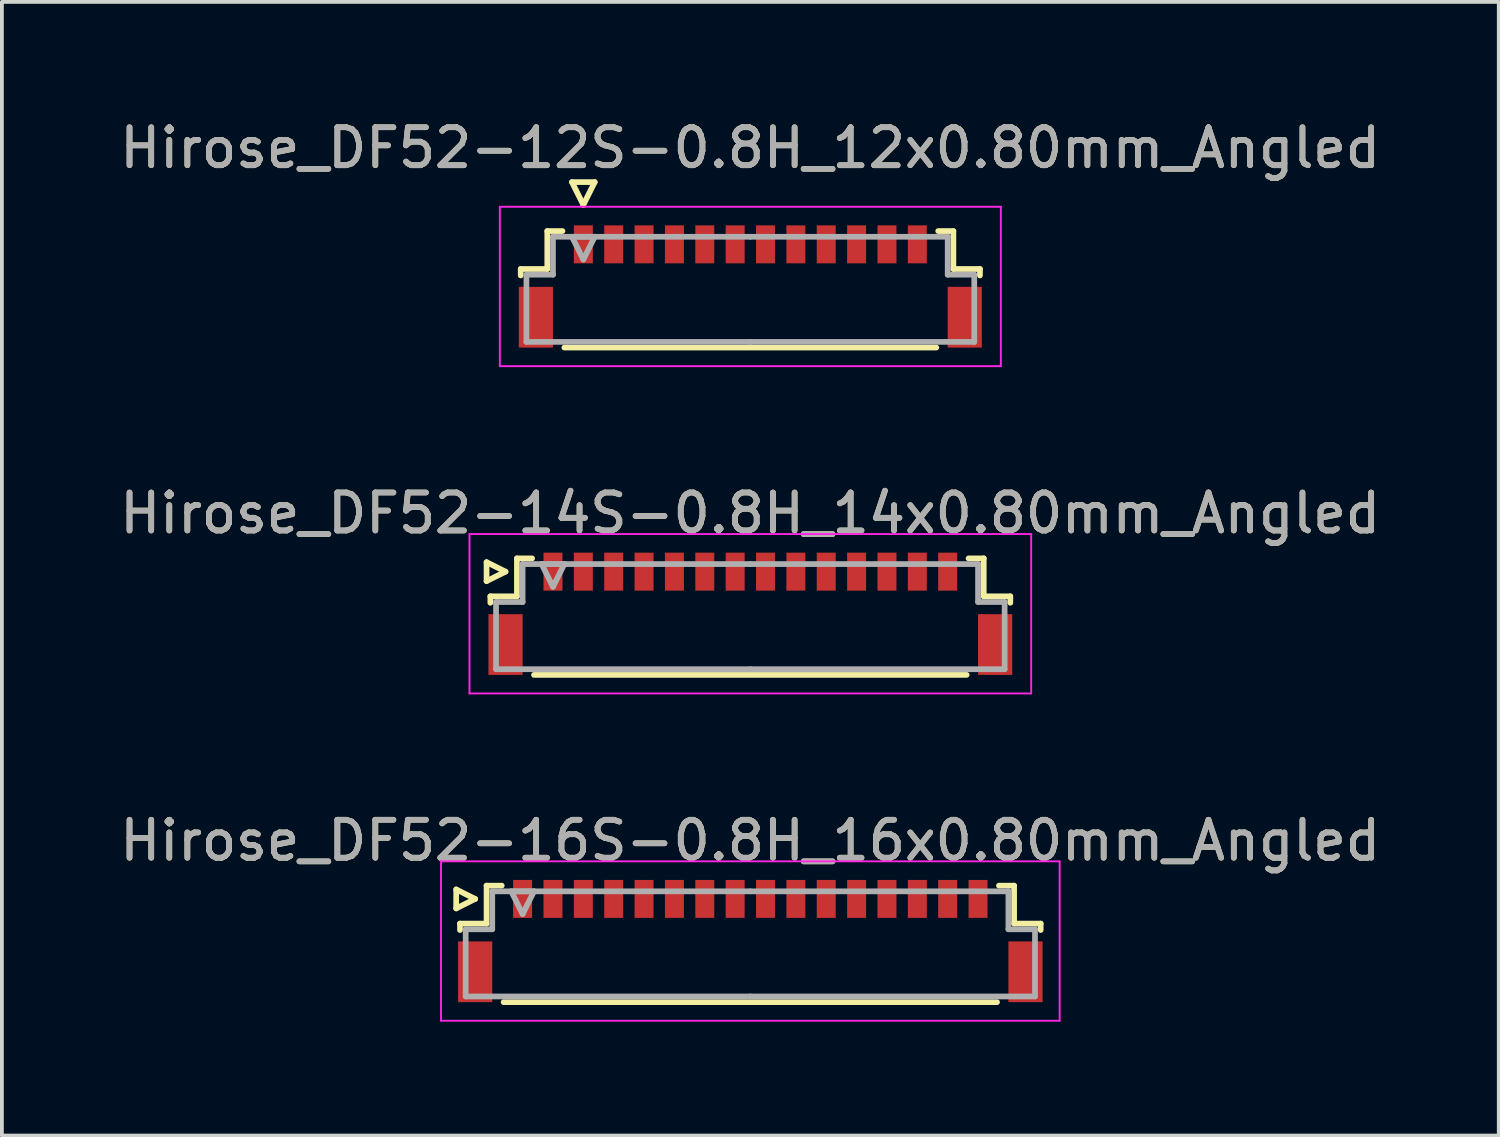
<source format=kicad_pcb>
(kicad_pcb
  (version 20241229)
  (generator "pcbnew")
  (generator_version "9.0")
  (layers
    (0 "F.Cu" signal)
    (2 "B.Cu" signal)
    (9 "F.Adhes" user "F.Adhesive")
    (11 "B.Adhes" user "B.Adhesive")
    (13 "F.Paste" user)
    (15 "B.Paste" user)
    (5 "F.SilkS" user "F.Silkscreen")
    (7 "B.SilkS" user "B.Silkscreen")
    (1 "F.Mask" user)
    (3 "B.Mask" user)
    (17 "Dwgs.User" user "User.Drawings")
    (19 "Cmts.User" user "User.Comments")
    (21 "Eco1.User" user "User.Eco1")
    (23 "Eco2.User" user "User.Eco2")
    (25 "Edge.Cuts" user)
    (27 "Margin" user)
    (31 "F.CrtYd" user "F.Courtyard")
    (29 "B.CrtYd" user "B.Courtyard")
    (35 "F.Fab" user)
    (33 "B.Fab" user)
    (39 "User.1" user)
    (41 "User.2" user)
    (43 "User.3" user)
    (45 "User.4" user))
  (footprint "Hirose_DF52-16S-0.8H_16x0.80mm_Angled"
    (layer "F.Cu")
    (at 16.72 21.595)
    (property "Reference" "Hirose_DF52-16S-0.8H_16x0.80mm_Angled" (at 0 -2.5 0) (layer "F.SilkS") (effects (font (size 1 1) (thickness 0.15))))
    (attr smd)
    (fp_line (start -7.75 -1.21) (end -7.75 -0.71) (stroke (width 0.15) (type solid)) (layer "F.SilkS"))
    (fp_line (start -7.75 -0.71) (end -7.25 -0.96) (stroke (width 0.15) (type solid)) (layer "F.SilkS"))
    (fp_line (start -7.65 -0.31) (end -7.65 -0.14) (stroke (width 0.15) (type solid)) (layer "F.SilkS"))
    (fp_line (start -7.25 -0.96) (end -7.75 -1.21) (stroke (width 0.15) (type solid)) (layer "F.SilkS"))
    (fp_line (start -6.95 -1.31) (end -6.95 -0.31) (stroke (width 0.15) (type solid)) (layer "F.SilkS"))
    (fp_line (start -6.95 -0.31) (end -7.65 -0.31) (stroke (width 0.15) (type solid)) (layer "F.SilkS"))
    (fp_line (start -6.55 -1.31) (end -6.95 -1.31) (stroke (width 0.15) (type solid)) (layer "F.SilkS"))
    (fp_line (start -6.5 1.76) (end 6.5 1.76) (stroke (width 0.15) (type solid)) (layer "F.SilkS"))
    (fp_line (start 6.55 -1.31) (end 6.95 -1.31) (stroke (width 0.15) (type solid)) (layer "F.SilkS"))
    (fp_line (start 6.95 -1.31) (end 6.95 -0.31) (stroke (width 0.15) (type solid)) (layer "F.SilkS"))
    (fp_line (start 6.95 -0.31) (end 7.65 -0.31) (stroke (width 0.15) (type solid)) (layer "F.SilkS"))
    (fp_line (start 7.65 -0.31) (end 7.65 -0.14) (stroke (width 0.15) (type solid)) (layer "F.SilkS"))
    (fp_line (start -8.15 -1.95) (end -8.15 2.25) (stroke (width 0.05) (type solid)) (layer "F.CrtYd"))
    (fp_line (start -8.15 2.25) (end 8.15 2.25) (stroke (width 0.05) (type solid)) (layer "F.CrtYd"))
    (fp_line (start 8.15 -1.95) (end -8.15 -1.95) (stroke (width 0.05) (type solid)) (layer "F.CrtYd"))
    (fp_line (start 8.15 2.25) (end 8.15 -1.95) (stroke (width 0.05) (type solid)) (layer "F.CrtYd"))
    (fp_line (start -7.5 -0.16) (end -7.5 1.61) (stroke (width 0.15) (type solid)) (layer "F.Fab"))
    (fp_line (start -7.5 1.61) (end 0 1.61) (stroke (width 0.15) (type solid)) (layer "F.Fab"))
    (fp_line (start -6.8 -1.16) (end -6.8 -1.16) (stroke (width 0.15) (type solid)) (layer "F.Fab"))
    (fp_line (start -6.8 -1.16) (end -6.8 -0.16) (stroke (width 0.15) (type solid)) (layer "F.Fab"))
    (fp_line (start -6.8 -0.16) (end -7.5 -0.16) (stroke (width 0.15) (type solid)) (layer "F.Fab"))
    (fp_line (start -6.3 -1.16) (end -5.7 -1.16) (stroke (width 0.15) (type solid)) (layer "F.Fab"))
    (fp_line (start -6 -0.56) (end -6.3 -1.16) (stroke (width 0.15) (type solid)) (layer "F.Fab"))
    (fp_line (start -5.7 -1.16) (end -6 -0.56) (stroke (width 0.15) (type solid)) (layer "F.Fab"))
    (fp_line (start 0 -1.16) (end -6.8 -1.16) (stroke (width 0.15) (type solid)) (layer "F.Fab"))
    (fp_line (start 0 -1.16) (end 6.8 -1.16) (stroke (width 0.15) (type solid)) (layer "F.Fab"))
    (fp_line (start 6.8 -1.16) (end 6.8 -1.16) (stroke (width 0.15) (type solid)) (layer "F.Fab"))
    (fp_line (start 6.8 -1.16) (end 6.8 -0.16) (stroke (width 0.15) (type solid)) (layer "F.Fab"))
    (fp_line (start 6.8 -0.16) (end 7.5 -0.16) (stroke (width 0.15) (type solid)) (layer "F.Fab"))
    (fp_line (start 7.5 -0.16) (end 7.5 1.61) (stroke (width 0.15) (type solid)) (layer "F.Fab"))
    (fp_line (start 7.5 1.61) (end 0 1.61) (stroke (width 0.15) (type solid)) (layer "F.Fab"))
    (fp_text user "${REFERENCE}" (at 0 -2.5 0) (layer "F.Fab") (effects (font (size 1 1) (thickness 0.15))))
    (pad "" smd rect (at -7.25 0.96) (size 0.9 1.6) (layers "F.Cu" "F.Mask" "F.Paste"))
    (pad "" smd rect (at 7.25 0.96) (size 0.9 1.6) (layers "F.Cu" "F.Mask" "F.Paste"))
    (pad "1" smd rect (at -6 -0.96) (size 0.5 1) (layers "F.Cu" "F.Mask" "F.Paste"))
    (pad "2" smd rect (at -5.2 -0.96) (size 0.5 1) (layers "F.Cu" "F.Mask" "F.Paste"))
    (pad "3" smd rect (at -4.4 -0.96) (size 0.5 1) (layers "F.Cu" "F.Mask" "F.Paste"))
    (pad "4" smd rect (at -3.6 -0.96) (size 0.5 1) (layers "F.Cu" "F.Mask" "F.Paste"))
    (pad "5" smd rect (at -2.8 -0.96) (size 0.5 1) (layers "F.Cu" "F.Mask" "F.Paste"))
    (pad "6" smd rect (at -2 -0.96) (size 0.5 1) (layers "F.Cu" "F.Mask" "F.Paste"))
    (pad "7" smd rect (at -1.2 -0.96) (size 0.5 1) (layers "F.Cu" "F.Mask" "F.Paste"))
    (pad "8" smd rect (at -0.4 -0.96) (size 0.5 1) (layers "F.Cu" "F.Mask" "F.Paste"))
    (pad "9" smd rect (at 0.4 -0.96) (size 0.5 1) (layers "F.Cu" "F.Mask" "F.Paste"))
    (pad "10" smd rect (at 1.2 -0.96) (size 0.5 1) (layers "F.Cu" "F.Mask" "F.Paste"))
    (pad "11" smd rect (at 2 -0.96) (size 0.5 1) (layers "F.Cu" "F.Mask" "F.Paste"))
    (pad "12" smd rect (at 2.8 -0.96) (size 0.5 1) (layers "F.Cu" "F.Mask" "F.Paste"))
    (pad "13" smd rect (at 3.6 -0.96) (size 0.5 1) (layers "F.Cu" "F.Mask" "F.Paste"))
    (pad "14" smd rect (at 4.4 -0.96) (size 0.5 1) (layers "F.Cu" "F.Mask" "F.Paste"))
    (pad "15" smd rect (at 5.2 -0.96) (size 0.5 1) (layers "F.Cu" "F.Mask" "F.Paste"))
    (pad "16" smd rect (at 6 -0.96) (size 0.5 1) (layers "F.Cu" "F.Mask" "F.Paste")))
  (footprint "Hirose_DF52-14S-0.8H_14x0.80mm_Angled"
    (layer "F.Cu")
    (at 16.72 12.972)
    (property "Reference" "Hirose_DF52-14S-0.8H_14x0.80mm_Angled" (at 0 -2.5 0) (layer "F.SilkS") (effects (font (size 1 1) (thickness 0.15))))
    (attr smd)
    (fp_line (start -6.95 -1.21) (end -6.95 -0.71) (stroke (width 0.15) (type solid)) (layer "F.SilkS"))
    (fp_line (start -6.95 -0.71) (end -6.45 -0.96) (stroke (width 0.15) (type solid)) (layer "F.SilkS"))
    (fp_line (start -6.85 -0.31) (end -6.85 -0.14) (stroke (width 0.15) (type solid)) (layer "F.SilkS"))
    (fp_line (start -6.45 -0.96) (end -6.95 -1.21) (stroke (width 0.15) (type solid)) (layer "F.SilkS"))
    (fp_line (start -6.15 -1.31) (end -6.15 -0.31) (stroke (width 0.15) (type solid)) (layer "F.SilkS"))
    (fp_line (start -6.15 -0.31) (end -6.85 -0.31) (stroke (width 0.15) (type solid)) (layer "F.SilkS"))
    (fp_line (start -5.75 -1.31) (end -6.15 -1.31) (stroke (width 0.15) (type solid)) (layer "F.SilkS"))
    (fp_line (start -5.7 1.76) (end 5.7 1.76) (stroke (width 0.15) (type solid)) (layer "F.SilkS"))
    (fp_line (start 5.75 -1.31) (end 6.15 -1.31) (stroke (width 0.15) (type solid)) (layer "F.SilkS"))
    (fp_line (start 6.15 -1.31) (end 6.15 -0.31) (stroke (width 0.15) (type solid)) (layer "F.SilkS"))
    (fp_line (start 6.15 -0.31) (end 6.85 -0.31) (stroke (width 0.15) (type solid)) (layer "F.SilkS"))
    (fp_line (start 6.85 -0.31) (end 6.85 -0.14) (stroke (width 0.15) (type solid)) (layer "F.SilkS"))
    (fp_line (start -7.4 -1.95) (end -7.4 2.25) (stroke (width 0.05) (type solid)) (layer "F.CrtYd"))
    (fp_line (start -7.4 2.25) (end 7.4 2.25) (stroke (width 0.05) (type solid)) (layer "F.CrtYd"))
    (fp_line (start 7.4 -1.95) (end -7.4 -1.95) (stroke (width 0.05) (type solid)) (layer "F.CrtYd"))
    (fp_line (start 7.4 2.25) (end 7.4 -1.95) (stroke (width 0.05) (type solid)) (layer "F.CrtYd"))
    (fp_line (start -6.7 -0.16) (end -6.7 1.61) (stroke (width 0.15) (type solid)) (layer "F.Fab"))
    (fp_line (start -6.7 1.61) (end 0 1.61) (stroke (width 0.15) (type solid)) (layer "F.Fab"))
    (fp_line (start -6 -1.16) (end -6 -1.16) (stroke (width 0.15) (type solid)) (layer "F.Fab"))
    (fp_line (start -6 -1.16) (end -6 -0.16) (stroke (width 0.15) (type solid)) (layer "F.Fab"))
    (fp_line (start -6 -0.16) (end -6.7 -0.16) (stroke (width 0.15) (type solid)) (layer "F.Fab"))
    (fp_line (start -5.5 -1.16) (end -4.9 -1.16) (stroke (width 0.15) (type solid)) (layer "F.Fab"))
    (fp_line (start -5.2 -0.56) (end -5.5 -1.16) (stroke (width 0.15) (type solid)) (layer "F.Fab"))
    (fp_line (start -4.9 -1.16) (end -5.2 -0.56) (stroke (width 0.15) (type solid)) (layer "F.Fab"))
    (fp_line (start 0 -1.16) (end -6 -1.16) (stroke (width 0.15) (type solid)) (layer "F.Fab"))
    (fp_line (start 0 -1.16) (end 6 -1.16) (stroke (width 0.15) (type solid)) (layer "F.Fab"))
    (fp_line (start 6 -1.16) (end 6 -1.16) (stroke (width 0.15) (type solid)) (layer "F.Fab"))
    (fp_line (start 6 -1.16) (end 6 -0.16) (stroke (width 0.15) (type solid)) (layer "F.Fab"))
    (fp_line (start 6 -0.16) (end 6.7 -0.16) (stroke (width 0.15) (type solid)) (layer "F.Fab"))
    (fp_line (start 6.7 -0.16) (end 6.7 1.61) (stroke (width 0.15) (type solid)) (layer "F.Fab"))
    (fp_line (start 6.7 1.61) (end 0 1.61) (stroke (width 0.15) (type solid)) (layer "F.Fab"))
    (fp_text user "${REFERENCE}" (at 0 -2.5 0) (layer "F.Fab") (effects (font (size 1 1) (thickness 0.15))))
    (pad "" smd rect (at -6.45 0.96) (size 0.9 1.6) (layers "F.Cu" "F.Mask" "F.Paste"))
    (pad "" smd rect (at 6.45 0.96) (size 0.9 1.6) (layers "F.Cu" "F.Mask" "F.Paste"))
    (pad "1" smd rect (at -5.2 -0.96) (size 0.5 1) (layers "F.Cu" "F.Mask" "F.Paste"))
    (pad "2" smd rect (at -4.4 -0.96) (size 0.5 1) (layers "F.Cu" "F.Mask" "F.Paste"))
    (pad "3" smd rect (at -3.6 -0.96) (size 0.5 1) (layers "F.Cu" "F.Mask" "F.Paste"))
    (pad "4" smd rect (at -2.8 -0.96) (size 0.5 1) (layers "F.Cu" "F.Mask" "F.Paste"))
    (pad "5" smd rect (at -2 -0.96) (size 0.5 1) (layers "F.Cu" "F.Mask" "F.Paste"))
    (pad "6" smd rect (at -1.2 -0.96) (size 0.5 1) (layers "F.Cu" "F.Mask" "F.Paste"))
    (pad "7" smd rect (at -0.4 -0.96) (size 0.5 1) (layers "F.Cu" "F.Mask" "F.Paste"))
    (pad "8" smd rect (at 0.4 -0.96) (size 0.5 1) (layers "F.Cu" "F.Mask" "F.Paste"))
    (pad "9" smd rect (at 1.2 -0.96) (size 0.5 1) (layers "F.Cu" "F.Mask" "F.Paste"))
    (pad "10" smd rect (at 2 -0.96) (size 0.5 1) (layers "F.Cu" "F.Mask" "F.Paste"))
    (pad "11" smd rect (at 2.8 -0.96) (size 0.5 1) (layers "F.Cu" "F.Mask" "F.Paste"))
    (pad "12" smd rect (at 3.6 -0.96) (size 0.5 1) (layers "F.Cu" "F.Mask" "F.Paste"))
    (pad "13" smd rect (at 4.4 -0.96) (size 0.5 1) (layers "F.Cu" "F.Mask" "F.Paste"))
    (pad "14" smd rect (at 5.2 -0.96) (size 0.5 1) (layers "F.Cu" "F.Mask" "F.Paste")))
  (footprint "Hirose_DF52-12S-0.8H_12x0.80mm_Angled"
    (layer "F.Cu")
    (at 16.72 4.348)
    (property "Reference" "Hirose_DF52-12S-0.8H_12x0.80mm_Angled" (at 0 -3.5 0) (layer "F.SilkS") (effects (font (size 1 1) (thickness 0.15))))
    (attr smd)
    (fp_line (start -6.05 -0.31) (end -6.05 -0.14) (stroke (width 0.15) (type solid)) (layer "F.SilkS"))
    (fp_line (start -5.35 -1.31) (end -5.35 -0.31) (stroke (width 0.15) (type solid)) (layer "F.SilkS"))
    (fp_line (start -5.35 -0.31) (end -6.05 -0.31) (stroke (width 0.15) (type solid)) (layer "F.SilkS"))
    (fp_line (start -4.95 -1.31) (end -5.35 -1.31) (stroke (width 0.15) (type solid)) (layer "F.SilkS"))
    (fp_line (start -4.9 1.76) (end 4.9 1.76) (stroke (width 0.15) (type solid)) (layer "F.SilkS"))
    (fp_line (start -4.7 -2.6) (end -4.1 -2.6) (stroke (width 0.15) (type solid)) (layer "F.SilkS"))
    (fp_line (start -4.4 -2) (end -4.7 -2.6) (stroke (width 0.15) (type solid)) (layer "F.SilkS"))
    (fp_line (start -4.1 -2.6) (end -4.4 -2) (stroke (width 0.15) (type solid)) (layer "F.SilkS"))
    (fp_line (start 4.95 -1.31) (end 5.35 -1.31) (stroke (width 0.15) (type solid)) (layer "F.SilkS"))
    (fp_line (start 5.35 -1.31) (end 5.35 -0.31) (stroke (width 0.15) (type solid)) (layer "F.SilkS"))
    (fp_line (start 5.35 -0.31) (end 6.05 -0.31) (stroke (width 0.15) (type solid)) (layer "F.SilkS"))
    (fp_line (start 6.05 -0.31) (end 6.05 -0.14) (stroke (width 0.15) (type solid)) (layer "F.SilkS"))
    (fp_line (start -6.6 -1.95) (end -6.6 2.25) (stroke (width 0.05) (type solid)) (layer "F.CrtYd"))
    (fp_line (start -6.6 2.25) (end 6.6 2.25) (stroke (width 0.05) (type solid)) (layer "F.CrtYd"))
    (fp_line (start 6.6 -1.95) (end -6.6 -1.95) (stroke (width 0.05) (type solid)) (layer "F.CrtYd"))
    (fp_line (start 6.6 2.25) (end 6.6 -1.95) (stroke (width 0.05) (type solid)) (layer "F.CrtYd"))
    (fp_line (start -5.9 -0.16) (end -5.9 1.61) (stroke (width 0.15) (type solid)) (layer "F.Fab"))
    (fp_line (start -5.9 1.61) (end 0 1.61) (stroke (width 0.15) (type solid)) (layer "F.Fab"))
    (fp_line (start -5.2 -1.16) (end -5.2 -1.16) (stroke (width 0.15) (type solid)) (layer "F.Fab"))
    (fp_line (start -5.2 -1.16) (end -5.2 -0.16) (stroke (width 0.15) (type solid)) (layer "F.Fab"))
    (fp_line (start -5.2 -0.16) (end -5.9 -0.16) (stroke (width 0.15) (type solid)) (layer "F.Fab"))
    (fp_line (start -4.7 -1.16) (end -4.1 -1.16) (stroke (width 0.15) (type solid)) (layer "F.Fab"))
    (fp_line (start -4.4 -0.56) (end -4.7 -1.16) (stroke (width 0.15) (type solid)) (layer "F.Fab"))
    (fp_line (start -4.1 -1.16) (end -4.4 -0.56) (stroke (width 0.15) (type solid)) (layer "F.Fab"))
    (fp_line (start 0 -1.16) (end -5.2 -1.16) (stroke (width 0.15) (type solid)) (layer "F.Fab"))
    (fp_line (start 0 -1.16) (end 5.2 -1.16) (stroke (width 0.15) (type solid)) (layer "F.Fab"))
    (fp_line (start 5.2 -1.16) (end 5.2 -1.16) (stroke (width 0.15) (type solid)) (layer "F.Fab"))
    (fp_line (start 5.2 -1.16) (end 5.2 -0.16) (stroke (width 0.15) (type solid)) (layer "F.Fab"))
    (fp_line (start 5.2 -0.16) (end 5.9 -0.16) (stroke (width 0.15) (type solid)) (layer "F.Fab"))
    (fp_line (start 5.9 -0.16) (end 5.9 1.61) (stroke (width 0.15) (type solid)) (layer "F.Fab"))
    (fp_line (start 5.9 1.61) (end 0 1.61) (stroke (width 0.15) (type solid)) (layer "F.Fab"))
    (fp_text user "${REFERENCE}" (at 0 -3.5 0) (layer "F.Fab") (effects (font (size 1 1) (thickness 0.15))))
    (pad "" smd rect (at -5.65 0.96) (size 0.9 1.6) (layers "F.Cu" "F.Mask" "F.Paste"))
    (pad "" smd rect (at 5.65 0.96) (size 0.9 1.6) (layers "F.Cu" "F.Mask" "F.Paste"))
    (pad "1" smd rect (at -4.4 -0.96) (size 0.5 1) (layers "F.Cu" "F.Mask" "F.Paste"))
    (pad "2" smd rect (at -3.6 -0.96) (size 0.5 1) (layers "F.Cu" "F.Mask" "F.Paste"))
    (pad "3" smd rect (at -2.8 -0.96) (size 0.5 1) (layers "F.Cu" "F.Mask" "F.Paste"))
    (pad "4" smd rect (at -2 -0.96) (size 0.5 1) (layers "F.Cu" "F.Mask" "F.Paste"))
    (pad "5" smd rect (at -1.2 -0.96) (size 0.5 1) (layers "F.Cu" "F.Mask" "F.Paste"))
    (pad "6" smd rect (at -0.4 -0.96) (size 0.5 1) (layers "F.Cu" "F.Mask" "F.Paste"))
    (pad "7" smd rect (at 0.4 -0.96) (size 0.5 1) (layers "F.Cu" "F.Mask" "F.Paste"))
    (pad "8" smd rect (at 1.2 -0.96) (size 0.5 1) (layers "F.Cu" "F.Mask" "F.Paste"))
    (pad "9" smd rect (at 2 -0.96) (size 0.5 1) (layers "F.Cu" "F.Mask" "F.Paste"))
    (pad "10" smd rect (at 2.8 -0.96) (size 0.5 1) (layers "F.Cu" "F.Mask" "F.Paste"))
    (pad "11" smd rect (at 3.6 -0.96) (size 0.5 1) (layers "F.Cu" "F.Mask" "F.Paste"))
    (pad "12" smd rect (at 4.4 -0.96) (size 0.5 1) (layers "F.Cu" "F.Mask" "F.Paste")))
  (gr_rect
    (start -3 -3)
    (end 36.44 26.87)
    (stroke (width 0.1) (type default))
    (fill no)
    (layer "Edge.Cuts")))
</source>
